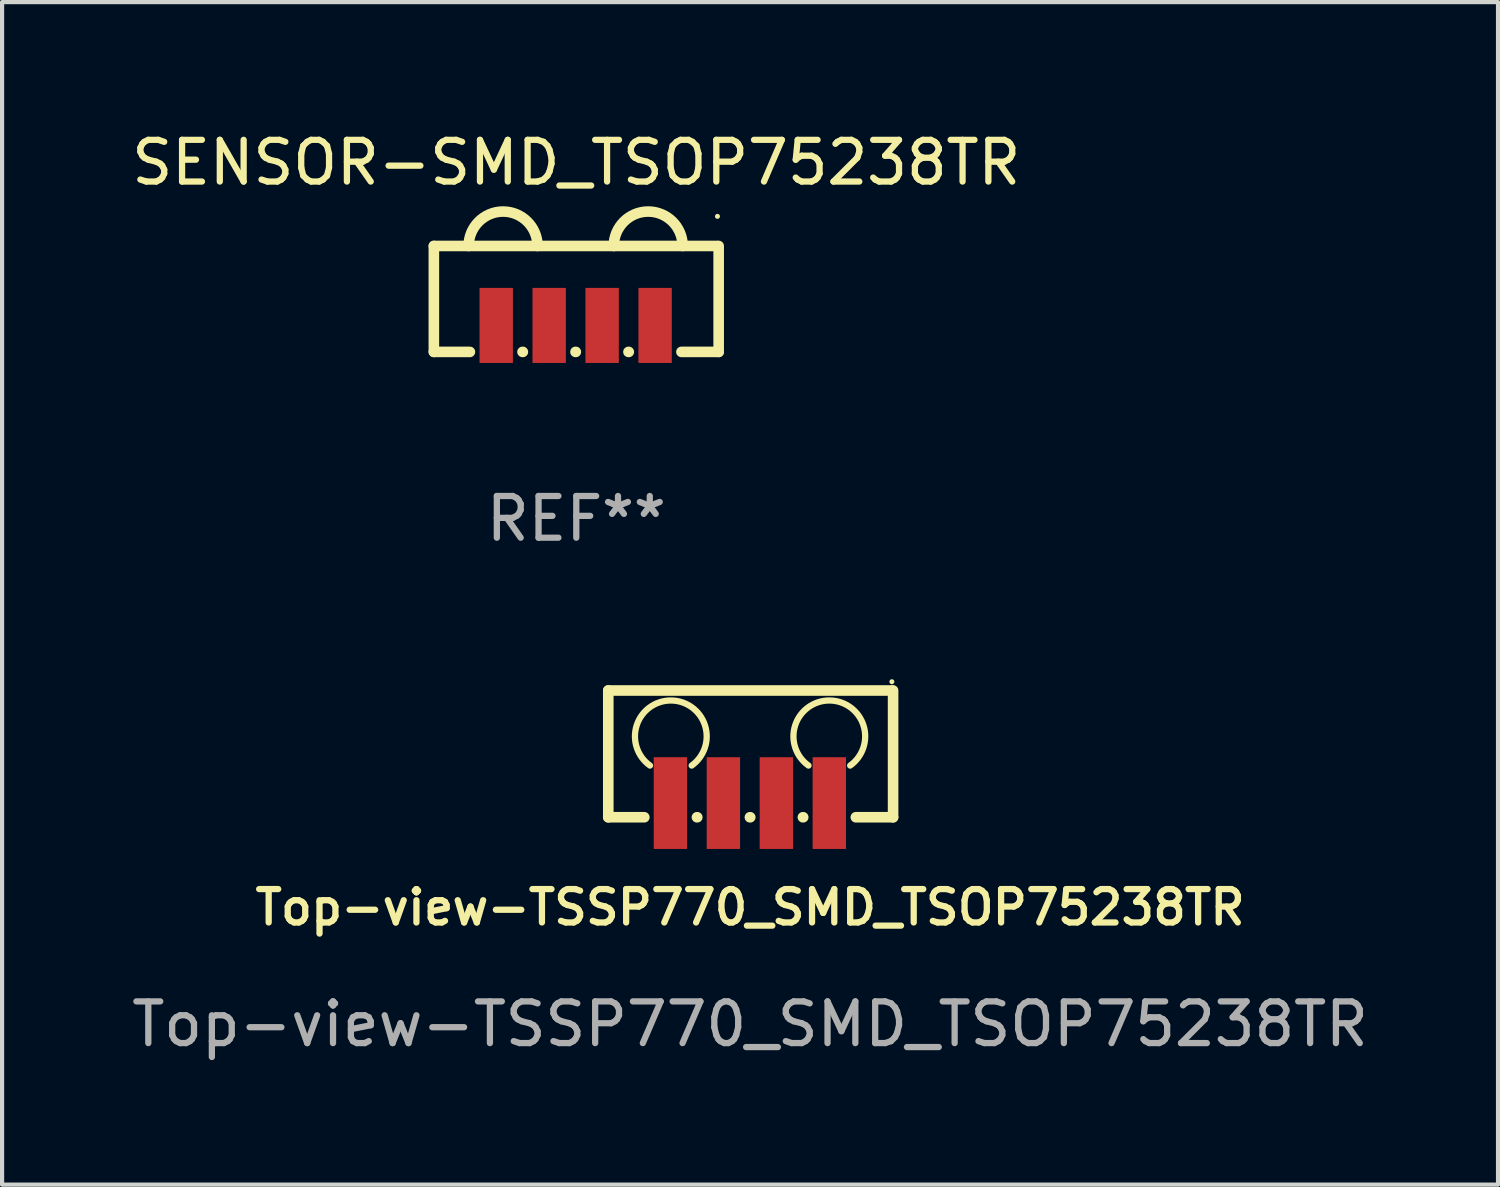
<source format=kicad_pcb>
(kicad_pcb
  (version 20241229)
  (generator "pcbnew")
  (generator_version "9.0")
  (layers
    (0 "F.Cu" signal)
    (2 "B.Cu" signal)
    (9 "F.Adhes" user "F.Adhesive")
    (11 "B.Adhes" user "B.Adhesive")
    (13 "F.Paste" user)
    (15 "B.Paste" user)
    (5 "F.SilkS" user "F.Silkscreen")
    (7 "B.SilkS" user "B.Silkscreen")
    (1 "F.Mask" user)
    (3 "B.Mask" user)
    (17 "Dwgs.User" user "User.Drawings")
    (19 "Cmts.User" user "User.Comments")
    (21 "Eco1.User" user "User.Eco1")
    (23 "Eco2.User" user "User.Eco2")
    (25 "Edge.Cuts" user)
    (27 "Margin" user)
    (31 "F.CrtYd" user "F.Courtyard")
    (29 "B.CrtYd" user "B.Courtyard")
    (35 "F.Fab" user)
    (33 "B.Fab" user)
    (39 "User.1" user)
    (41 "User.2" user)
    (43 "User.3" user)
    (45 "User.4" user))
  (footprint "SENSOR-SMD_TSOP75238TR"
    (layer "F.Cu")
    (at 10.753 4.753)
    (property "Reference" "SENSOR-SMD_TSOP75238TR" (at 0.015 -3.905 0) (layer "F.SilkS") (effects (font (size 1 1) (thickness 0.15))))
    (attr smd)
    (fp_line (start -3.4 -1.905) (end -3.4 0.635) (stroke (width 0.254) (type solid)) (layer "F.SilkS"))
    (fp_line (start -3.4 -1.905) (end 3.4 -1.905) (stroke (width 0.254) (type solid)) (layer "F.SilkS"))
    (fp_line (start -3.4 0.635) (end -2.536 0.635) (stroke (width 0.254) (type solid)) (layer "F.SilkS"))
    (fp_line (start -1.274 0.635) (end -1.266 0.635) (stroke (width 0.254) (type solid)) (layer "F.SilkS"))
    (fp_line (start -0.004 0.635) (end 0.004 0.635) (stroke (width 0.254) (type solid)) (layer "F.SilkS"))
    (fp_line (start 1.266 0.635) (end 1.274 0.635) (stroke (width 0.254) (type solid)) (layer "F.SilkS"))
    (fp_line (start 2.536 0.635) (end 3.429 0.635) (stroke (width 0.254) (type solid)) (layer "F.SilkS"))
    (fp_line (start 3.429 0.635) (end 3.429 -1.905) (stroke (width 0.254) (type solid)) (layer "F.SilkS"))
    (fp_arc (start -2.565939 -1.905004) (mid -1.740437 -2.730506) (end -0.914935 -1.905004) (stroke (width 0.254001) (type solid)) (layer "F.SilkS"))
    (fp_arc (start 0.913868 -1.905004) (mid 1.73937 -2.730506) (end 2.564872 -1.905004) (stroke (width 0.254001) (type solid)) (layer "F.SilkS"))
    (fp_circle (center 3.4 -2.615) (end 3.43 -2.615) (stroke (width 0.06) (type solid)) (fill no) (layer "F.SilkS"))
    (fp_text user "REF**" (at 0.015 4.635 0) (layer "F.Fab") (effects (font (size 1 1) (thickness 0.15))))
    (pad "1" smd rect (at 1.905 0) (size 0.8 1.8) (layers "F.Cu" "F.Mask" "F.Paste"))
    (pad "2" smd rect (at 0.635 0) (size 0.8 1.8) (layers "F.Cu" "F.Mask" "F.Paste"))
    (pad "3" smd rect (at -0.635 0) (size 0.8 1.8) (layers "F.Cu" "F.Mask" "F.Paste"))
    (pad "4" smd rect (at -1.905 0) (size 0.8 1.8) (layers "F.Cu" "F.Mask" "F.Paste")))
  (footprint "Top-view-TSSP770_SMD_TSOP75238TR"
    (layer "F.Cu")
    (at 14.935 16.506)
    (property "Reference" "Top-view-TSSP770_SMD_TSOP75238TR" (at 0 2.2 0) (unlocked yes) (layer "F.SilkS") (effects (font (size 0.8 0.8) (thickness 0.15))))
    (attr smd)
    (fp_line (start -3.4 -3) (end -3.4 0.04) (stroke (width 0.254) (type solid)) (layer "F.SilkS"))
    (fp_line (start -3.4 -3) (end 3.4 -3) (stroke (width 0.254) (type solid)) (layer "F.SilkS"))
    (fp_line (start -3.4 0.04) (end -2.536 0.04) (stroke (width 0.254) (type solid)) (layer "F.SilkS"))
    (fp_line (start -1.274 0.04) (end -1.266 0.04) (stroke (width 0.254) (type solid)) (layer "F.SilkS"))
    (fp_line (start -0.004 0.04) (end 0.004 0.04) (stroke (width 0.254) (type solid)) (layer "F.SilkS"))
    (fp_line (start 1.266 0.04) (end 1.274 0.04) (stroke (width 0.254) (type solid)) (layer "F.SilkS"))
    (fp_line (start 2.536 0.04) (end 3.429 0.04) (stroke (width 0.254) (type solid)) (layer "F.SilkS"))
    (fp_line (start 3.429 0.04) (end 3.429 -3) (stroke (width 0.254) (type solid)) (layer "F.SilkS"))
    (fp_arc (start -2.400001 -1.2) (mid -1.9 -2.760233) (end -1.4 -1.2) (stroke (width 0.15) (type solid)) (layer "F.SilkS"))
    (fp_arc (start 1.399999 -1.2) (mid 1.9 -2.760233) (end 2.4 -1.2) (stroke (width 0.15) (type solid)) (layer "F.SilkS"))
    (fp_circle (center 3.4 -3.21) (end 3.43 -3.21) (stroke (width 0.06) (type solid)) (fill no) (layer "F.SilkS"))
    (fp_text user "${REFERENCE}" (at 0 5 0) (unlocked yes) (layer "F.Fab") (effects (font (size 1 1) (thickness 0.15))))
    (pad "1" smd rect (at 1.9 -0.3) (size 0.8 2.2) (layers "F.Cu" "F.Mask" "F.Paste"))
    (pad "2" smd rect (at 0.63 -0.3) (size 0.8 2.2) (layers "F.Cu" "F.Mask" "F.Paste"))
    (pad "3" smd rect (at -0.64 -0.3) (size 0.8 2.2) (layers "F.Cu" "F.Mask" "F.Paste"))
    (pad "4" smd rect (at -1.91 -0.3) (size 0.8 2.2) (layers "F.Cu" "F.Mask" "F.Paste")))
  (gr_rect
    (start -3 -3)
    (end 32.869 25.355)
    (stroke (width 0.1) (type default))
    (fill no)
    (layer "Edge.Cuts")))
</source>
